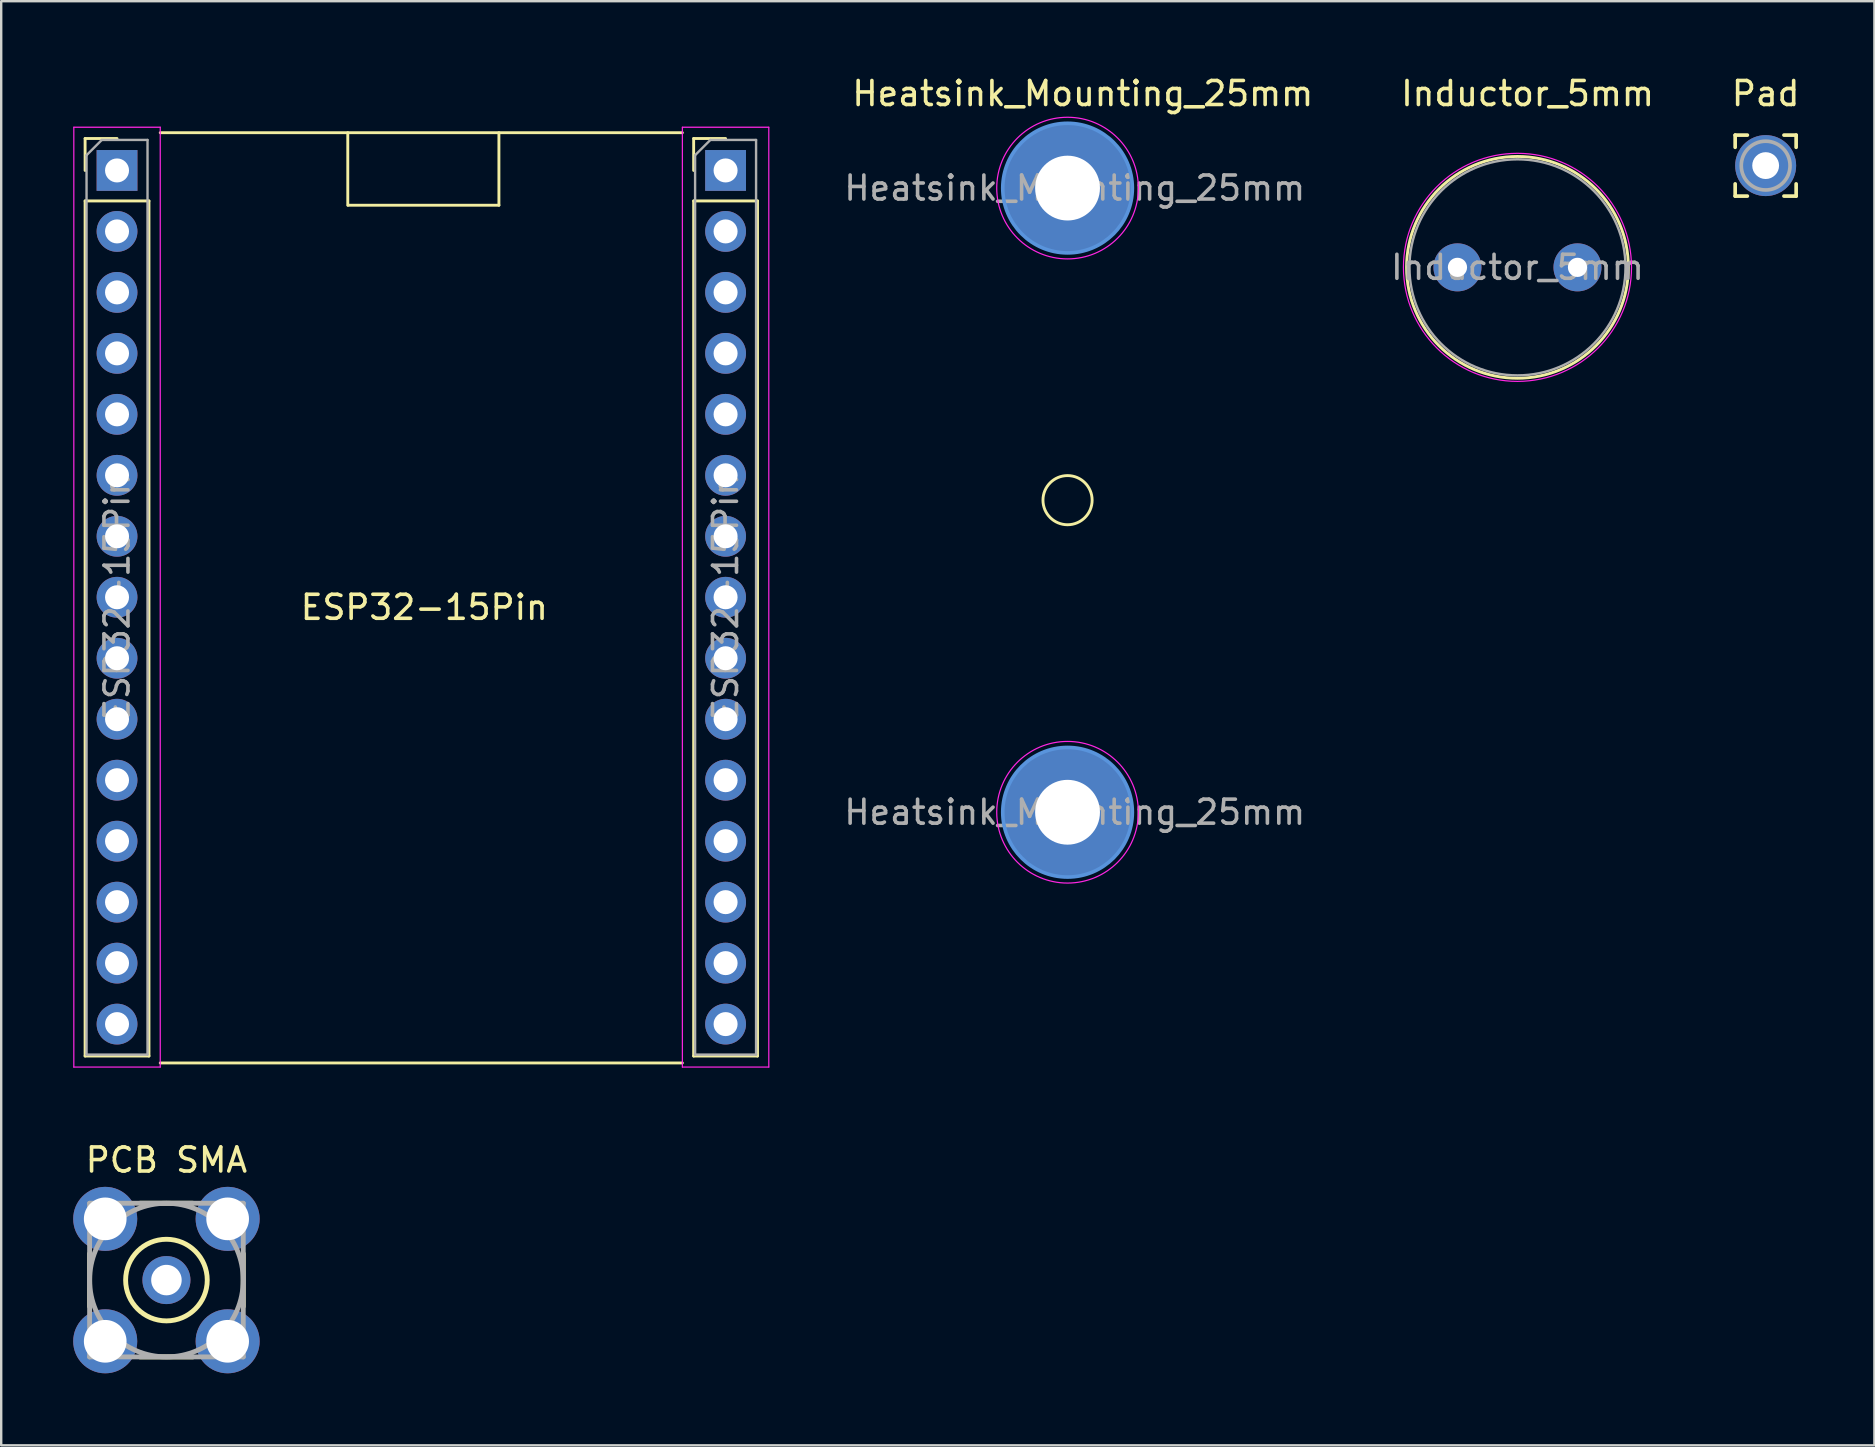
<source format=kicad_pcb>
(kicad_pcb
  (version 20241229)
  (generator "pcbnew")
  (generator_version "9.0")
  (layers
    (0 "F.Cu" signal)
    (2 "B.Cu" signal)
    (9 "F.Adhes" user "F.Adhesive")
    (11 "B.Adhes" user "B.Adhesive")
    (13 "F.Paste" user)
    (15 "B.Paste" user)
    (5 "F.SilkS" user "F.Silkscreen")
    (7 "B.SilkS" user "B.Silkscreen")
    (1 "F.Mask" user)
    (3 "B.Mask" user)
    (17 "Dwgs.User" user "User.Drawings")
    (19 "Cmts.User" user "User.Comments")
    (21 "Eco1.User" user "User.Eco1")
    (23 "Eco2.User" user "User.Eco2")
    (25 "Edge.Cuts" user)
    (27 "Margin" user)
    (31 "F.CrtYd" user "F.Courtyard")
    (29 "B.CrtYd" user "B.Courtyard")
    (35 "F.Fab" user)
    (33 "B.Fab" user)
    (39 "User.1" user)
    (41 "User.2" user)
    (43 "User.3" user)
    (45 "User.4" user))
  (footprint "Inductor_5mm"
    (layer "F.Cu")
    (at 60.075 4.404)
    (property "Reference" "Inductor_5mm" (at 0.508 -3.556 0) (layer "F.SilkS") (effects (font (size 1 1) (thickness 0.15))))
    (attr through_hole)
    (fp_circle (center 0.087 3.683) (end 4.707 3.683) (stroke (width 0.12) (type solid)) (fill no) (layer "F.SilkS"))
    (fp_circle (center 0.087 3.683) (end 4.837 3.683) (stroke (width 0.05) (type solid)) (fill no) (layer "F.CrtYd"))
    (fp_circle (center 0.087 3.683) (end 4.587 3.683) (stroke (width 0.1) (type solid)) (fill no) (layer "F.Fab"))
    (fp_text user "${REFERENCE}" (at 0.087 3.683 0) (layer "F.Fab") (effects (font (size 1 1) (thickness 0.15))))
    (pad "1" thru_hole circle (at -2.413 3.683) (size 2 2) (drill 0.8) (layers "*.Cu" "*.Mask"))
    (pad "2" thru_hole circle (at 2.587 3.683) (size 2 2) (drill 0.8) (layers "*.Cu" "*.Mask")))
  (footprint "ESP32-15Pin"
    (layer "F.Cu")
    (at 14.625 0.25)
    (property "Reference" "ESP32-15Pin" (at 0 22 0) (layer "F.SilkS") (effects (font (size 1 1) (thickness 0.15))))
    (attr through_hole)
    (fp_line (start -14.13 2.47) (end -12.8 2.47) (stroke (width 0.12) (type solid)) (layer "F.SilkS"))
    (fp_line (start -14.13 3.8) (end -14.13 2.47) (stroke (width 0.12) (type solid)) (layer "F.SilkS"))
    (fp_line (start -14.13 5.07) (end -14.13 40.69) (stroke (width 0.12) (type solid)) (layer "F.SilkS"))
    (fp_line (start -14.13 5.07) (end -11.47 5.07) (stroke (width 0.12) (type solid)) (layer "F.SilkS"))
    (fp_line (start -14.13 40.69) (end -11.47 40.69) (stroke (width 0.12) (type solid)) (layer "F.SilkS"))
    (fp_line (start -11.47 5.07) (end -11.47 40.69) (stroke (width 0.12) (type solid)) (layer "F.SilkS"))
    (fp_line (start -11 2.228) (end 10.75 2.228) (stroke (width 0.12) (type solid)) (layer "F.SilkS"))
    (fp_line (start -11 40.978) (end 10.75 40.978) (stroke (width 0.12) (type solid)) (layer "F.SilkS"))
    (fp_line (start -3.188 5.25) (end -3.188 2.228) (stroke (width 0.12) (type solid)) (layer "F.SilkS"))
    (fp_line (start 3.108 2.228) (end 3.108 5.25) (stroke (width 0.12) (type solid)) (layer "F.SilkS"))
    (fp_line (start 3.108 5.25) (end -3.172 5.25) (stroke (width 0.12) (type solid)) (layer "F.SilkS"))
    (fp_line (start 11.22 2.47) (end 12.55 2.47) (stroke (width 0.12) (type solid)) (layer "F.SilkS"))
    (fp_line (start 11.22 3.8) (end 11.22 2.47) (stroke (width 0.12) (type solid)) (layer "F.SilkS"))
    (fp_line (start 11.22 5.07) (end 11.22 40.69) (stroke (width 0.12) (type solid)) (layer "F.SilkS"))
    (fp_line (start 11.22 5.07) (end 13.88 5.07) (stroke (width 0.12) (type solid)) (layer "F.SilkS"))
    (fp_line (start 11.22 40.69) (end 13.88 40.69) (stroke (width 0.12) (type solid)) (layer "F.SilkS"))
    (fp_line (start 13.88 5.07) (end 13.88 40.69) (stroke (width 0.12) (type solid)) (layer "F.SilkS"))
    (fp_line (start -14.6 2) (end -14.6 41.15) (stroke (width 0.05) (type solid)) (layer "F.CrtYd"))
    (fp_line (start -14.6 41.15) (end -11 41.15) (stroke (width 0.05) (type solid)) (layer "F.CrtYd"))
    (fp_line (start -11 2) (end -14.6 2) (stroke (width 0.05) (type solid)) (layer "F.CrtYd"))
    (fp_line (start -11 41.15) (end -11 2) (stroke (width 0.05) (type solid)) (layer "F.CrtYd"))
    (fp_line (start 10.75 2) (end 10.75 41.15) (stroke (width 0.05) (type solid)) (layer "F.CrtYd"))
    (fp_line (start 10.75 41.15) (end 14.35 41.15) (stroke (width 0.05) (type solid)) (layer "F.CrtYd"))
    (fp_line (start 14.35 2) (end 10.75 2) (stroke (width 0.05) (type solid)) (layer "F.CrtYd"))
    (fp_line (start 14.35 41.15) (end 14.35 2) (stroke (width 0.05) (type solid)) (layer "F.CrtYd"))
    (fp_line (start -14.07 3.165) (end -13.435 2.53) (stroke (width 0.1) (type solid)) (layer "F.Fab"))
    (fp_line (start -14.07 40.63) (end -14.07 3.165) (stroke (width 0.1) (type solid)) (layer "F.Fab"))
    (fp_line (start -13.435 2.53) (end -11.53 2.53) (stroke (width 0.1) (type solid)) (layer "F.Fab"))
    (fp_line (start -11.53 2.53) (end -11.53 40.63) (stroke (width 0.1) (type solid)) (layer "F.Fab"))
    (fp_line (start -11.53 40.63) (end -14.07 40.63) (stroke (width 0.1) (type solid)) (layer "F.Fab"))
    (fp_line (start 11.28 3.165) (end 11.915 2.53) (stroke (width 0.1) (type solid)) (layer "F.Fab"))
    (fp_line (start 11.28 40.63) (end 11.28 3.165) (stroke (width 0.1) (type solid)) (layer "F.Fab"))
    (fp_line (start 11.915 2.53) (end 13.82 2.53) (stroke (width 0.1) (type solid)) (layer "F.Fab"))
    (fp_line (start 13.82 2.53) (end 13.82 40.63) (stroke (width 0.1) (type solid)) (layer "F.Fab"))
    (fp_line (start 13.82 40.63) (end 11.28 40.63) (stroke (width 0.1) (type solid)) (layer "F.Fab"))
    (fp_text user "${REFERENCE}" (at -12.8 21.58 90) (layer "F.Fab") (effects (font (size 1 1) (thickness 0.15))))
    (fp_text user "${REFERENCE}" (at 12.55 21.58 90) (layer "F.Fab") (effects (font (size 1 1) (thickness 0.15))))
    (pad "1" thru_hole rect (at -12.8 3.8) (size 1.7 1.7) (drill 1) (layers "*.Cu" "*.Mask"))
    (pad "2" thru_hole oval (at 12.55 39.36) (size 1.7 1.7) (drill 1) (layers "*.Cu" "*.Mask"))
    (pad "3" thru_hole oval (at 12.55 36.82) (size 1.7 1.7) (drill 1) (layers "*.Cu" "*.Mask"))
    (pad "4" thru_hole oval (at 12.55 34.28) (size 1.7 1.7) (drill 1) (layers "*.Cu" "*.Mask"))
    (pad "5" thru_hole oval (at 12.55 31.74) (size 1.7 1.7) (drill 1) (layers "*.Cu" "*.Mask"))
    (pad "6" thru_hole oval (at 12.55 29.2) (size 1.7 1.7) (drill 1) (layers "*.Cu" "*.Mask"))
    (pad "7" thru_hole oval (at 12.55 26.66) (size 1.7 1.7) (drill 1) (layers "*.Cu" "*.Mask"))
    (pad "8" thru_hole oval (at 12.55 24.12) (size 1.7 1.7) (drill 1) (layers "*.Cu" "*.Mask"))
    (pad "9" thru_hole oval (at 12.55 21.58) (size 1.7 1.7) (drill 1) (layers "*.Cu" "*.Mask"))
    (pad "10" thru_hole oval (at 12.55 19.04) (size 1.7 1.7) (drill 1) (layers "*.Cu" "*.Mask"))
    (pad "11" thru_hole oval (at 12.55 16.5) (size 1.7 1.7) (drill 1) (layers "*.Cu" "*.Mask"))
    (pad "12" thru_hole oval (at 12.55 13.96) (size 1.7 1.7) (drill 1) (layers "*.Cu" "*.Mask"))
    (pad "13" thru_hole oval (at 12.55 11.42) (size 1.7 1.7) (drill 1) (layers "*.Cu" "*.Mask"))
    (pad "14" thru_hole oval (at -12.8 6.34) (size 1.7 1.7) (drill 1) (layers "*.Cu" "*.Mask"))
    (pad "14" thru_hole oval (at 12.55 6.34) (size 1.7 1.7) (drill 1) (layers "*.Cu" "*.Mask"))
    (pad "15" thru_hole oval (at 12.55 8.88) (size 1.7 1.7) (drill 1) (layers "*.Cu" "*.Mask"))
    (pad "19" thru_hole rect (at 12.55 3.8) (size 1.7 1.7) (drill 1) (layers "*.Cu" "*.Mask"))
    (pad "21" thru_hole oval (at -12.8 39.36) (size 1.7 1.7) (drill 1) (layers "*.Cu" "*.Mask"))
    (pad "22" thru_hole oval (at -12.8 36.82) (size 1.7 1.7) (drill 1) (layers "*.Cu" "*.Mask"))
    (pad "23" thru_hole oval (at -12.8 34.28) (size 1.7 1.7) (drill 1) (layers "*.Cu" "*.Mask"))
    (pad "24" thru_hole oval (at -12.8 31.74) (size 1.7 1.7) (drill 1) (layers "*.Cu" "*.Mask"))
    (pad "25" thru_hole oval (at -12.8 29.2) (size 1.7 1.7) (drill 1) (layers "*.Cu" "*.Mask"))
    (pad "27" thru_hole oval (at -12.8 26.66) (size 1.7 1.7) (drill 1) (layers "*.Cu" "*.Mask"))
    (pad "28" thru_hole oval (at -12.8 24.12) (size 1.7 1.7) (drill 1) (layers "*.Cu" "*.Mask"))
    (pad "29" thru_hole oval (at -12.8 21.58) (size 1.7 1.7) (drill 1) (layers "*.Cu" "*.Mask"))
    (pad "30" thru_hole oval (at -12.8 19.04) (size 1.7 1.7) (drill 1) (layers "*.Cu" "*.Mask"))
    (pad "31" thru_hole oval (at -12.8 16.5) (size 1.7 1.7) (drill 1) (layers "*.Cu" "*.Mask"))
    (pad "32" thru_hole oval (at -12.8 13.96) (size 1.7 1.7) (drill 1) (layers "*.Cu" "*.Mask"))
    (pad "34" thru_hole oval (at -12.8 11.42) (size 1.7 1.7) (drill 1) (layers "*.Cu" "*.Mask"))
    (pad "35" thru_hole oval (at -12.8 8.88) (size 1.7 1.7) (drill 1) (layers "*.Cu" "*.Mask")))
  (footprint "Pad"
    (layer "F.Cu")
    (at 70.5 0.348)
    (property "Reference" "Pad" (at 0 0.5 0) (layer "F.SilkS") (effects (font (size 1 1) (thickness 0.15))))
    (attr through_hole)
    (fp_line (start -1.27 2.23) (end -1.27 2.738) (stroke (width 0.152) (type solid)) (layer "F.SilkS"))
    (fp_line (start -1.27 2.23) (end -0.762 2.23) (stroke (width 0.152) (type solid)) (layer "F.SilkS"))
    (fp_line (start -1.27 4.77) (end -1.27 4.262) (stroke (width 0.152) (type solid)) (layer "F.SilkS"))
    (fp_line (start -1.27 4.77) (end -0.762 4.77) (stroke (width 0.152) (type solid)) (layer "F.SilkS"))
    (fp_line (start 1.27 2.23) (end 0.762 2.23) (stroke (width 0.152) (type solid)) (layer "F.SilkS"))
    (fp_line (start 1.27 2.23) (end 1.27 2.738) (stroke (width 0.152) (type solid)) (layer "F.SilkS"))
    (fp_line (start 1.27 4.77) (end 0.762 4.77) (stroke (width 0.152) (type solid)) (layer "F.SilkS"))
    (fp_line (start 1.27 4.77) (end 1.27 4.262) (stroke (width 0.152) (type solid)) (layer "F.SilkS"))
    (fp_circle (center 0 3.5) (end 1.016 3.5) (stroke (width 0.152) (type solid)) (fill no) (layer "F.Fab"))
    (fp_text user "Val**" (at 0 2.5 0) (layer "F.Fab") (effects (font (size 0.024 0.024) (thickness 0.002)) (justify left bottom)))
    (pad "1" thru_hole circle (at 0 3.5) (size 2.54 2.54) (drill 1.118) (layers "*.Cu" "*.Mask")))
  (footprint "Heatsink_Mounting_25mm"
    (layer "F.Cu")
    (at 41.42 4.785)
    (property "Reference" "Heatsink_Mounting_25mm" (at 0.635 -3.937 0) (layer "F.SilkS") (effects (font (size 1 1) (thickness 0.15))))
    (attr through_hole)
    (fp_circle (center 0 13) (end 0.508 13.889) (stroke (width 0.12) (type solid)) (fill no) (layer "F.SilkS"))
    (fp_circle (center 0 0) (end 2.7 0) (stroke (width 0.15) (type solid)) (fill no) (layer "Cmts.User"))
    (fp_circle (center 0 26) (end 2.7 26) (stroke (width 0.15) (type solid)) (fill no) (layer "Cmts.User"))
    (fp_circle (center 0 0) (end 2.95 0) (stroke (width 0.05) (type solid)) (fill no) (layer "F.CrtYd"))
    (fp_circle (center 0 26) (end 2.95 26) (stroke (width 0.05) (type solid)) (fill no) (layer "F.CrtYd"))
    (fp_text user "${REFERENCE}" (at 0.3 26 0) (layer "F.Fab") (effects (font (size 1 1) (thickness 0.15))))
    (fp_text user "${REFERENCE}" (at 0.3 0 0) (layer "F.Fab") (effects (font (size 1 1) (thickness 0.15))))
    (pad "1" thru_hole circle (at 0 0) (size 5.4 5.4) (drill 2.7) (layers "*.Cu" "*.Mask"))
    (pad "1" thru_hole circle (at 0 26) (size 5.4 5.4) (drill 2.7) (layers "*.Cu" "*.Mask")))
  (footprint "PCB SMA"
    (layer "F.Cu")
    (at 3.883 44.773)
    (property "Reference" "PCB SMA" (at 0 0.5 0) (layer "F.SilkS") (effects (font (size 1 1) (thickness 0.15))))
    (attr through_hole)
    (fp_line (start -3.2 6.6) (end -3.2 4.4) (stroke (width 0.203) (type solid)) (layer "F.SilkS"))
    (fp_line (start -1.1 2.3) (end 1.1 2.3) (stroke (width 0.203) (type solid)) (layer "F.SilkS"))
    (fp_line (start 1.1 8.7) (end -1.1 8.7) (stroke (width 0.203) (type solid)) (layer "F.SilkS"))
    (fp_line (start 3.2 4.4) (end 3.2 6.6) (stroke (width 0.203) (type solid)) (layer "F.SilkS"))
    (fp_circle (center 0 5.5) (end 1.7 5.5) (stroke (width 0.203) (type solid)) (fill no) (layer "F.SilkS"))
    (fp_line (start -3.2 8.7) (end -3.2 2.3) (stroke (width 0.203) (type solid)) (layer "F.Fab"))
    (fp_line (start -3.2 2.3) (end 3.2 2.3) (stroke (width 0.203) (type solid)) (layer "F.Fab"))
    (fp_line (start 3.2 8.7) (end -3.2 8.7) (stroke (width 0.203) (type solid)) (layer "F.Fab"))
    (fp_line (start 3.2 2.3) (end 3.2 8.7) (stroke (width 0.203) (type solid)) (layer "F.Fab"))
    (fp_circle (center 0 5.5) (end 3.2 5.5) (stroke (width 0.203) (type solid)) (fill no) (layer "F.Fab"))
    (pad "1" thru_hole circle (at 0 5.5) (size 2 2) (drill 1.27) (layers "*.Cu" "*.Mask"))
    (pad "2" thru_hole circle (at -2.55 2.95) (size 2.667 2.667) (drill 1.778) (layers "*.Cu" "*.Mask"))
    (pad "3" thru_hole circle (at 2.55 2.95) (size 2.667 2.667) (drill 1.778) (layers "*.Cu" "*.Mask"))
    (pad "4" thru_hole circle (at 2.55 8.05) (size 2.667 2.667) (drill 1.778) (layers "*.Cu" "*.Mask"))
    (pad "5" thru_hole circle (at -2.55 8.05) (size 2.667 2.667) (drill 1.778) (layers "*.Cu" "*.Mask")))
  (gr_rect
    (start -3 -3)
    (end 75.03 57.157)
    (stroke (width 0.1) (type default))
    (fill no)
    (layer "Edge.Cuts")))
</source>
